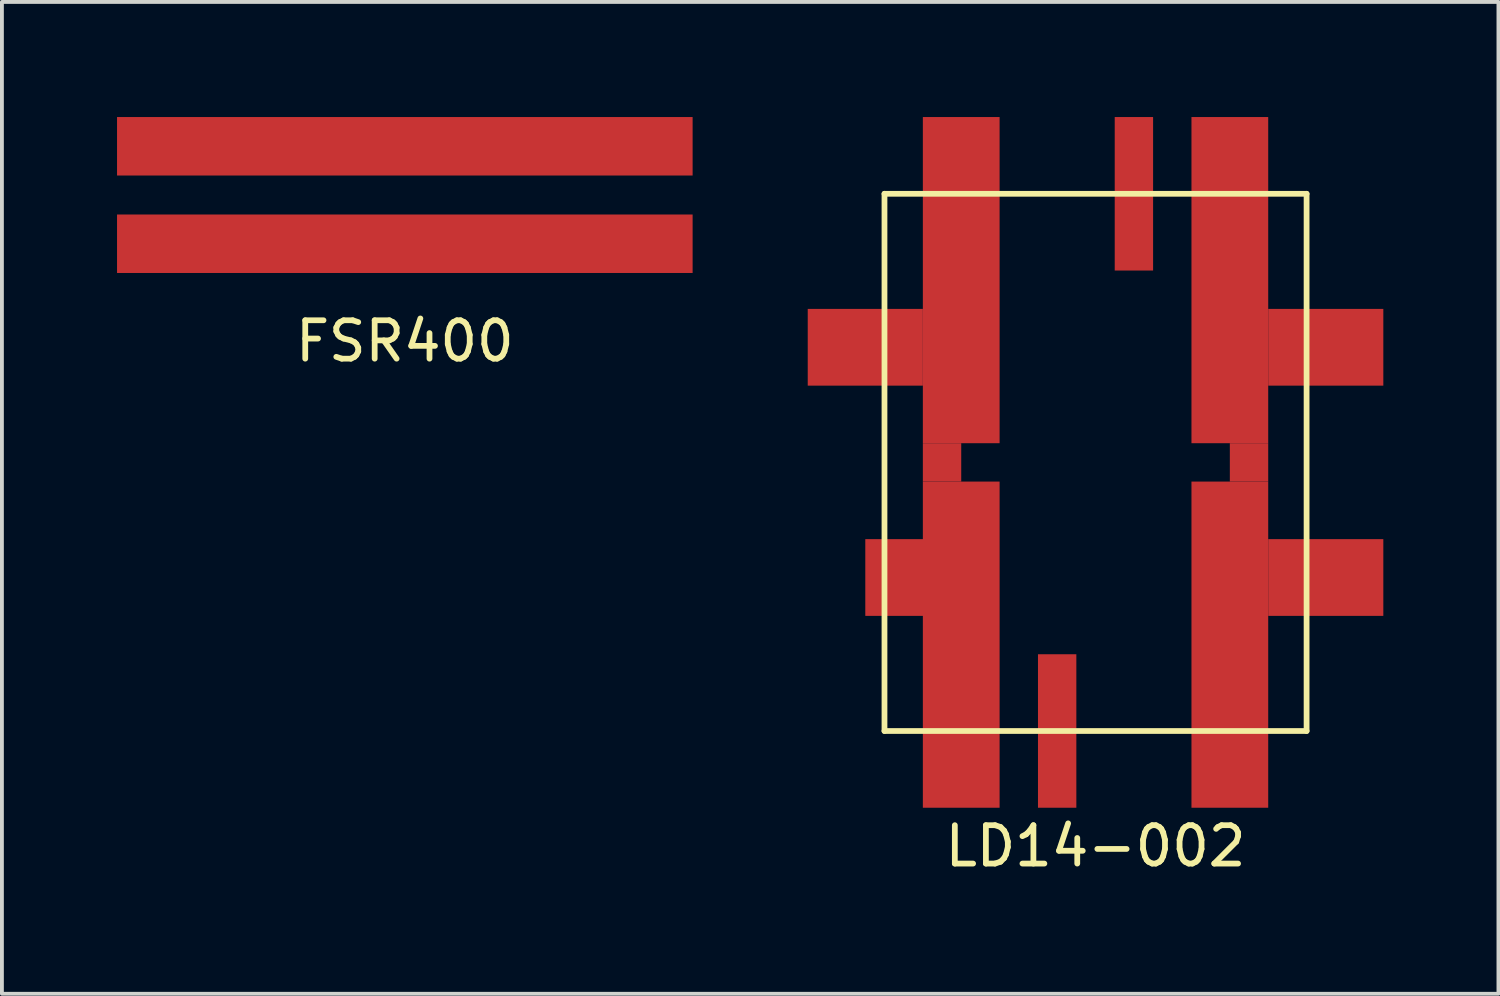
<source format=kicad_pcb>
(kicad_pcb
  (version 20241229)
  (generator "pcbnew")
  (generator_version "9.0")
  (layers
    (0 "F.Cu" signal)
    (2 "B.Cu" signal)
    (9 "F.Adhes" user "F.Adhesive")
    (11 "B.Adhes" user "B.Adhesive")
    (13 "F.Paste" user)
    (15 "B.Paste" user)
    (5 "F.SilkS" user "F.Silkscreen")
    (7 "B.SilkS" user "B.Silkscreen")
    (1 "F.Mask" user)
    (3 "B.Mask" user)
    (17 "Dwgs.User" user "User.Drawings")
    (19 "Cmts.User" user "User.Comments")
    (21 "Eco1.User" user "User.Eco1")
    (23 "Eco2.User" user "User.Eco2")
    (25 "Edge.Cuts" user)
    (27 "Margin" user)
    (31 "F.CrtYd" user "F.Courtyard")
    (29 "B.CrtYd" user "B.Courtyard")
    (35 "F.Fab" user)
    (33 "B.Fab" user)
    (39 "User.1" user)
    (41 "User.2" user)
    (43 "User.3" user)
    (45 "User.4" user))
  (footprint "LD14-002"
    (layer "F.Cu")
    (at 25.5 9)
    (property "Reference" "LD14-002" (at 0 10 0) (layer "F.SilkS") (effects (font (size 1 1) (thickness 0.15))))
    (attr through_hole)
    (fp_line (start -5.5 -7) (end -5.5 7) (stroke (width 0.15) (type solid)) (layer "F.SilkS"))
    (fp_line (start -5.5 -7) (end 5.5 -7) (stroke (width 0.15) (type solid)) (layer "F.SilkS"))
    (fp_line (start 5.5 -7) (end 5.5 7) (stroke (width 0.15) (type solid)) (layer "F.SilkS"))
    (fp_line (start 5.5 7) (end -5.5 7) (stroke (width 0.15) (type solid)) (layer "F.SilkS"))
    (pad "" smd rect (at -6 -3) (size 3 2) (layers "F.Cu" "F.Mask" "F.Paste"))
    (pad "" smd rect (at -4.5 3) (size 3 2) (layers "F.Cu" "F.Mask" "F.Paste"))
    (pad "" smd rect (at -4 0) (size 1 1) (layers "F.Cu" "F.Mask" "F.Paste"))
    (pad "" smd rect (at -3.5 -4.75) (size 2 8.5) (layers "F.Cu" "F.Mask" "F.Paste"))
    (pad "" smd rect (at -3.5 4.75) (size 2 8.5) (layers "F.Cu" "F.Mask" "F.Paste"))
    (pad "" smd rect (at 3.5 -4.75) (size 2 8.5) (layers "F.Cu" "F.Mask" "F.Paste"))
    (pad "" smd rect (at 3.5 4.75) (size 2 8.5) (layers "F.Cu" "F.Mask" "F.Paste"))
    (pad "" smd rect (at 4 0) (size 1 1) (layers "F.Cu" "F.Mask" "F.Paste"))
    (pad "" smd rect (at 6 -3) (size 3 2) (layers "F.Cu" "F.Mask" "F.Paste"))
    (pad "" smd rect (at 6 3) (size 3 2) (layers "F.Cu" "F.Mask" "F.Paste"))
    (pad "1" smd rect (at 1 -7) (size 1 4) (layers "F.Cu" "F.Mask" "F.Paste"))
    (pad "2" smd rect (at -1 7) (size 1 4) (layers "F.Cu" "F.Mask" "F.Paste")))
  (footprint "FSR400"
    (layer "F.Cu")
    (at 7.5 2.032)
    (property "Reference" "FSR400" (at 0 3.81 0) (layer "F.SilkS") (effects (font (size 1 1) (thickness 0.15))))
    (attr through_hole)
    (pad "1" smd rect (at 0 -1.27) (size 15 1.524) (layers "F.Cu" "F.Mask" "F.Paste"))
    (pad "2" smd rect (at 0 1.27) (size 15 1.524) (layers "F.Cu" "F.Mask" "F.Paste")))
  (gr_rect
    (start -3 -3)
    (end 36 22.848)
    (stroke (width 0.1) (type default))
    (fill no)
    (layer "Edge.Cuts")))
</source>
